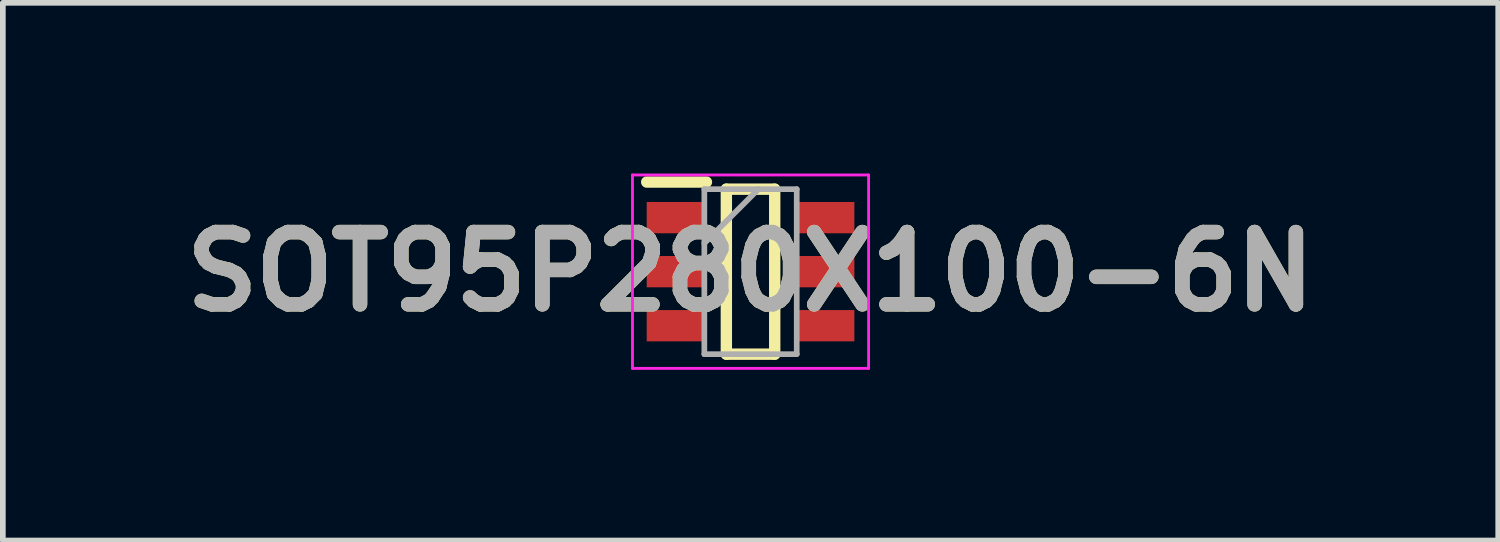
<source format=kicad_pcb>
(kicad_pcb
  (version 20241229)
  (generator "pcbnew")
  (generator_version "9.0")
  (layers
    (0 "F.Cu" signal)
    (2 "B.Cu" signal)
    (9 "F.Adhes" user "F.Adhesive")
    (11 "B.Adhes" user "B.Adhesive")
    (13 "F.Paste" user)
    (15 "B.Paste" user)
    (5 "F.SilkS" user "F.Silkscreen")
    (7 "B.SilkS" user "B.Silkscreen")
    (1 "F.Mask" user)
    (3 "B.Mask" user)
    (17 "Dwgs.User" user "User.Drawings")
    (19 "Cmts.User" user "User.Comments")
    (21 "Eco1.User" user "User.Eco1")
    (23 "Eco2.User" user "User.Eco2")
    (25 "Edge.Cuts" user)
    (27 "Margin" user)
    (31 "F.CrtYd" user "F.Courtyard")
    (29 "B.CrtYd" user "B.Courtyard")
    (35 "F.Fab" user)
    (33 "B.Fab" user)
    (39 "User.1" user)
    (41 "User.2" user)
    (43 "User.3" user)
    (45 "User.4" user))
  (footprint "SOT95P280X100-6N"
    (layer "F.Cu")
    (at 10.142 1.725)
    (property "Reference" "SOT95P280X100-6N" (at 0 0 0) (layer "F.SilkS") (effects (font (size 1.27 1.27) (thickness 0.254))))
    (attr smd)
    (fp_line (start -1.825 -1.575) (end -0.775 -1.575) (stroke (width 0.2) (type solid)) (layer "F.SilkS"))
    (fp_line (start -0.425 -1.45) (end 0.425 -1.45) (stroke (width 0.2) (type solid)) (layer "F.SilkS"))
    (fp_line (start -0.425 1.45) (end -0.425 -1.45) (stroke (width 0.2) (type solid)) (layer "F.SilkS"))
    (fp_line (start 0.425 -1.45) (end 0.425 1.45) (stroke (width 0.2) (type solid)) (layer "F.SilkS"))
    (fp_line (start 0.425 1.45) (end -0.425 1.45) (stroke (width 0.2) (type solid)) (layer "F.SilkS"))
    (fp_line (start -2.075 -1.7) (end 2.075 -1.7) (stroke (width 0.05) (type solid)) (layer "F.CrtYd"))
    (fp_line (start -2.075 1.7) (end -2.075 -1.7) (stroke (width 0.05) (type solid)) (layer "F.CrtYd"))
    (fp_line (start 2.075 -1.7) (end 2.075 1.7) (stroke (width 0.05) (type solid)) (layer "F.CrtYd"))
    (fp_line (start 2.075 1.7) (end -2.075 1.7) (stroke (width 0.05) (type solid)) (layer "F.CrtYd"))
    (fp_line (start -0.812 -1.45) (end 0.812 -1.45) (stroke (width 0.1) (type solid)) (layer "F.Fab"))
    (fp_line (start -0.812 -0.5) (end 0.138 -1.45) (stroke (width 0.1) (type solid)) (layer "F.Fab"))
    (fp_line (start -0.812 1.45) (end -0.812 -1.45) (stroke (width 0.1) (type solid)) (layer "F.Fab"))
    (fp_line (start 0.812 -1.45) (end 0.812 1.45) (stroke (width 0.1) (type solid)) (layer "F.Fab"))
    (fp_line (start 0.812 1.45) (end -0.812 1.45) (stroke (width 0.1) (type solid)) (layer "F.Fab"))
    (fp_text user "${REFERENCE}" (at 0 0 0) (layer "F.Fab") (effects (font (size 1.27 1.27) (thickness 0.254))))
    (pad "1" smd rect (at -1.3 -0.95 90) (size 0.55 1.05) (layers "F.Cu" "F.Mask" "F.Paste"))
    (pad "2" smd rect (at -1.3 0 90) (size 0.55 1.05) (layers "F.Cu" "F.Mask" "F.Paste"))
    (pad "3" smd rect (at -1.3 0.95 90) (size 0.55 1.05) (layers "F.Cu" "F.Mask" "F.Paste"))
    (pad "4" smd rect (at 1.3 0.95 90) (size 0.55 1.05) (layers "F.Cu" "F.Mask" "F.Paste"))
    (pad "5" smd rect (at 1.3 0 90) (size 0.55 1.05) (layers "F.Cu" "F.Mask" "F.Paste"))
    (pad "6" smd rect (at 1.3 -0.95 90) (size 0.55 1.05) (layers "F.Cu" "F.Mask" "F.Paste")))
  (gr_rect
    (start -3 -3)
    (end 23.284 6.45)
    (stroke (width 0.1) (type default))
    (fill no)
    (layer "Edge.Cuts")))
</source>
